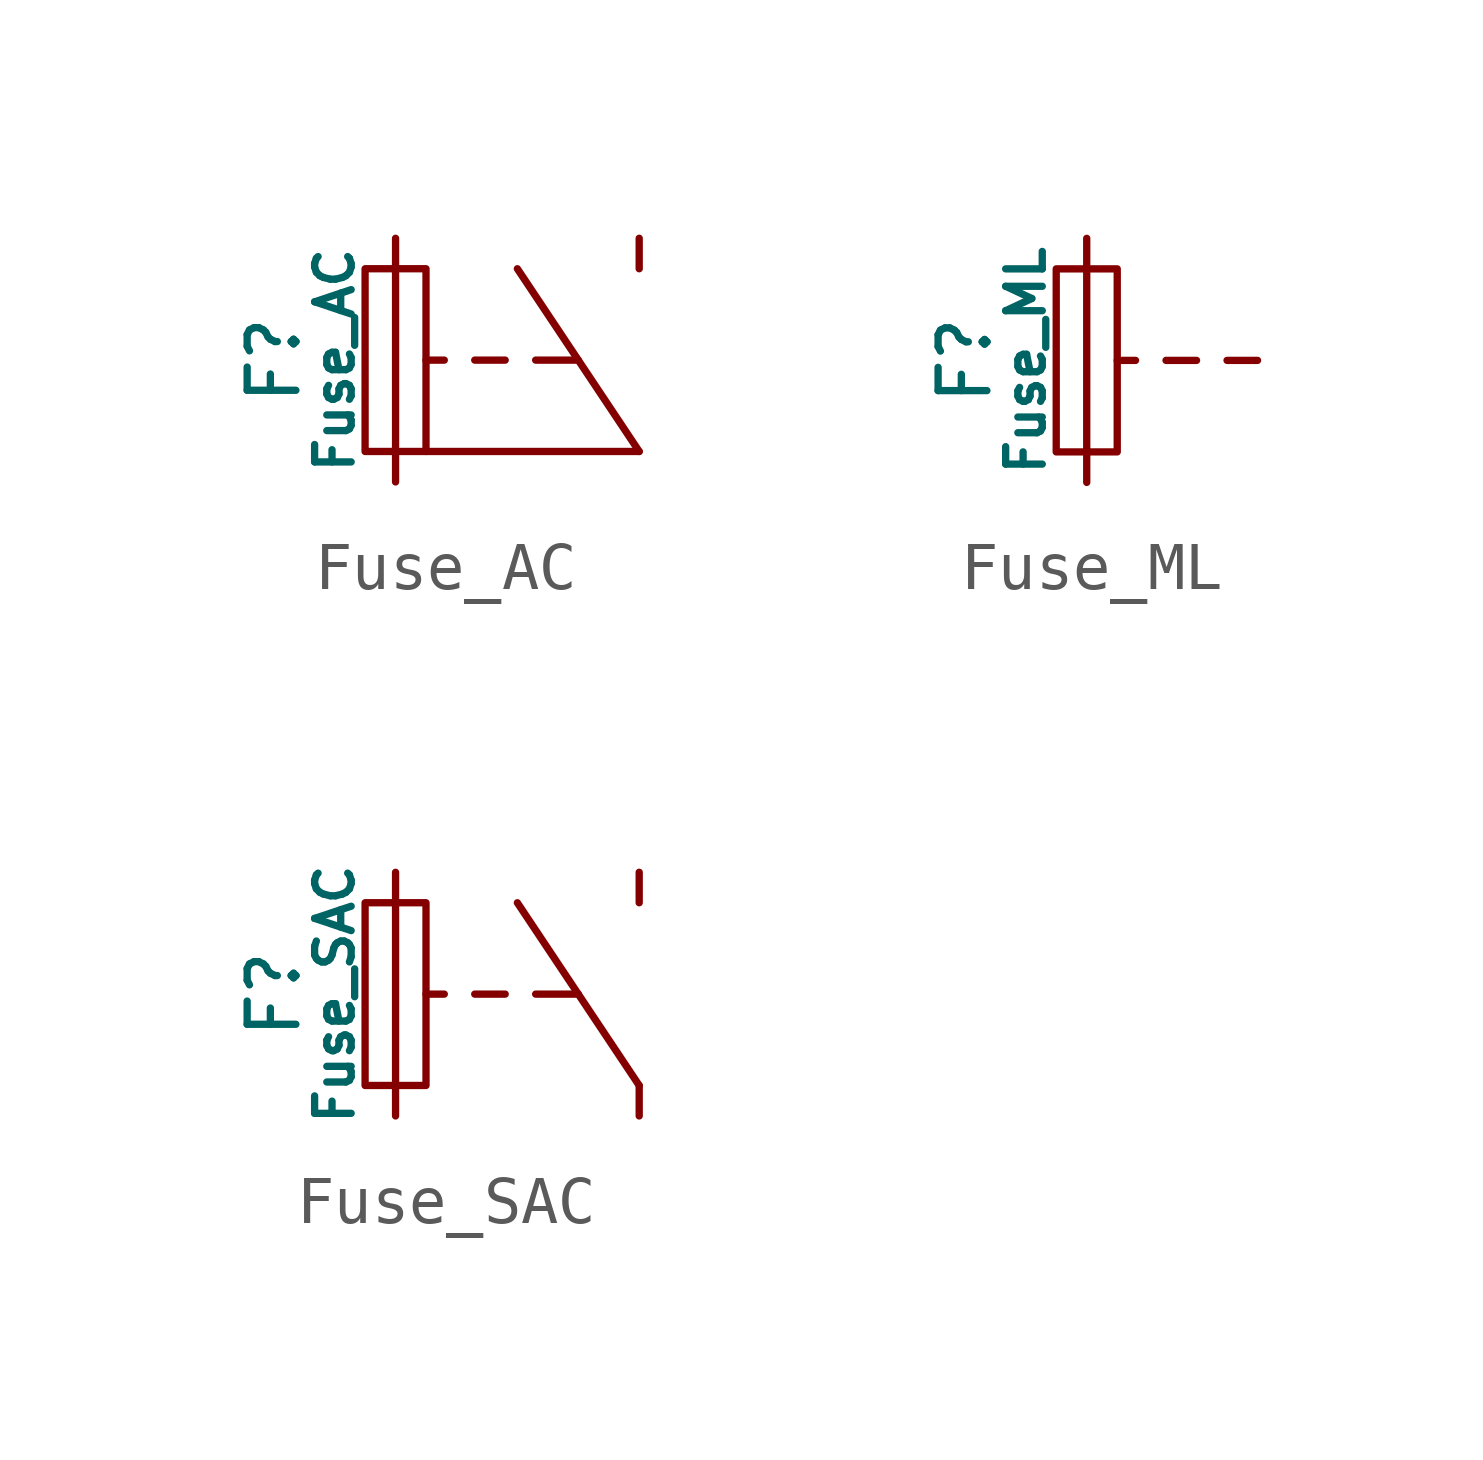
<source format=kicad_sym>
(kicad_symbol_lib
  (version 20211014)
  (generator kicad_symbol_editor)
  (symbol "Fuse_AC"
    (pin_numbers hide)
    (pin_names
      (offset 0) hide)
    (property "Reference" "F"
      (at -2.54 0 90)
      (effects (font (size 1.016 1.016))))
    (property "Value" "Fuse_AC"
      (at -1.27 0 90)
      (effects (font (size 0.762 0.762))))
    (property "Footprint" ""
      (at 0 0 0)
      (effects (font (size 1.524 1.524))))
    (property "Datasheet" ""
      (at 0 0 0)
      (effects (font (size 1.524 1.524))))
    (symbol "Fuse_AC_0_1"
      (rectangle (start -0.635 1.905) (end 0.635 -1.905) (stroke (width 0) (type default) (color 0 0 0 0)) (fill (type none)))
      (polyline (pts (xy 0 1.905) (xy 0 -1.905)) (stroke (width 0) (type default) (color 0 0 0 0)) (fill (type none)))
      (polyline (pts (xy 0.635 0) (xy 1.016 0)) (stroke (width 0) (type default) (color 0 0 0 0)) (fill (type none)))
      (polyline (pts (xy 1.651 0) (xy 2.286 0)) (stroke (width 0) (type default) (color 0 0 0 0)) (fill (type none)))
      (polyline (pts (xy 2.921 0) (xy 3.81 0)) (stroke (width 0) (type default) (color 0 0 0 0)) (fill (type none)))
      (polyline (pts (xy 5.08 -1.905) (xy 0.635 -1.905)) (stroke (width 0) (type default) (color 0 0 0 0)) (fill (type none)))
      (polyline (pts (xy 5.08 -1.905) (xy 2.54 1.905)) (stroke (width 0) (type default) (color 0 0 0 0)) (fill (type none))))
    (symbol "Fuse_AC_1_1"
      (pin passive line (at 0 2.54 270) (length 0.635) (name "~" (effects (font (size 0.635 0.635)))) (number "1" (effects (font (size 0.635 0.635)))))
      (pin passive line (at 0 -2.54 90) (length 0.635) (name "~" (effects (font (size 0.635 0.635)))) (number "2" (effects (font (size 0.635 0.635)))))
      (pin input line (at 5.08 2.54 270) (length 0.635) (name "~" (effects (font (size 1.27 1.27)))) (number "3" (effects (font (size 1.27 1.27)))))))
  (symbol "Fuse_ML"
    (pin_numbers hide)
    (pin_names
      (offset 0) hide)
    (property "Reference" "F"
      (at -2.54 0 90)
      (effects (font (size 1.016 1.016))))
    (property "Value" "Fuse_ML"
      (at -1.27 0 90)
      (effects (font (size 0.762 0.762))))
    (property "Footprint" ""
      (at 0 0 0)
      (effects (font (size 1.524 1.524))))
    (property "Datasheet" ""
      (at 0 0 0)
      (effects (font (size 1.524 1.524))))
    (symbol "Fuse_ML_0_1"
      (rectangle (start -0.635 1.905) (end 0.635 -1.905) (stroke (width 0) (type default) (color 0 0 0 0)) (fill (type none)))
      (polyline (pts (xy 0 1.905) (xy 0 -1.905)) (stroke (width 0) (type default) (color 0 0 0 0)) (fill (type none)))
      (polyline (pts (xy 0.635 0) (xy 1.016 0)) (stroke (width 0) (type default) (color 0 0 0 0)) (fill (type none)))
      (polyline (pts (xy 1.651 0) (xy 2.286 0)) (stroke (width 0) (type default) (color 0 0 0 0)) (fill (type none)))
      (polyline (pts (xy 2.921 0) (xy 3.556 0)) (stroke (width 0) (type default) (color 0 0 0 0)) (fill (type none))))
    (symbol "Fuse_ML_1_1"
      (pin passive line (at 0 2.54 270) (length 0.635) (name "~" (effects (font (size 0.635 0.635)))) (number "1" (effects (font (size 0.635 0.635)))))
      (pin passive line (at 0 -2.54 90) (length 0.635) (name "~" (effects (font (size 0.635 0.635)))) (number "2" (effects (font (size 0.635 0.635)))))))
  (symbol "Fuse_SAC"
    (pin_numbers hide)
    (pin_names
      (offset 0) hide)
    (property "Reference" "F"
      (at -2.54 0 90)
      (effects (font (size 1.016 1.016))))
    (property "Value" "Fuse_SAC"
      (at -1.27 0 90)
      (effects (font (size 0.762 0.762))))
    (property "Footprint" ""
      (at 0 0 0)
      (effects (font (size 1.524 1.524))))
    (property "Datasheet" ""
      (at 0 0 0)
      (effects (font (size 1.524 1.524))))
    (symbol "Fuse_SAC_0_1"
      (rectangle (start -0.635 1.905) (end 0.635 -1.905) (stroke (width 0) (type default) (color 0 0 0 0)) (fill (type none)))
      (polyline (pts (xy 0 1.905) (xy 0 -1.905)) (stroke (width 0) (type default) (color 0 0 0 0)) (fill (type none)))
      (polyline (pts (xy 0.635 0) (xy 1.016 0)) (stroke (width 0) (type default) (color 0 0 0 0)) (fill (type none)))
      (polyline (pts (xy 1.651 0) (xy 2.286 0)) (stroke (width 0) (type default) (color 0 0 0 0)) (fill (type none)))
      (polyline (pts (xy 2.921 0) (xy 3.81 0)) (stroke (width 0) (type default) (color 0 0 0 0)) (fill (type none)))
      (polyline (pts (xy 5.08 -1.905) (xy 2.54 1.905)) (stroke (width 0) (type default) (color 0 0 0 0)) (fill (type none))))
    (symbol "Fuse_SAC_1_1"
      (pin passive line (at 0 2.54 270) (length 0.635) (name "~" (effects (font (size 0.635 0.635)))) (number "1" (effects (font (size 0.635 0.635)))))
      (pin passive line (at 0 -2.54 90) (length 0.635) (name "~" (effects (font (size 0.635 0.635)))) (number "2" (effects (font (size 0.635 0.635)))))
      (pin input line (at 5.08 2.54 270) (length 0.635) (name "~" (effects (font (size 1.27 1.27)))) (number "3" (effects (font (size 1.27 1.27)))))
      (pin input line (at 5.08 -2.54 90) (length 0.635) (name "~" (effects (font (size 1.27 1.27)))) (number "4" (effects (font (size 1.27 1.27))))))))
</source>
